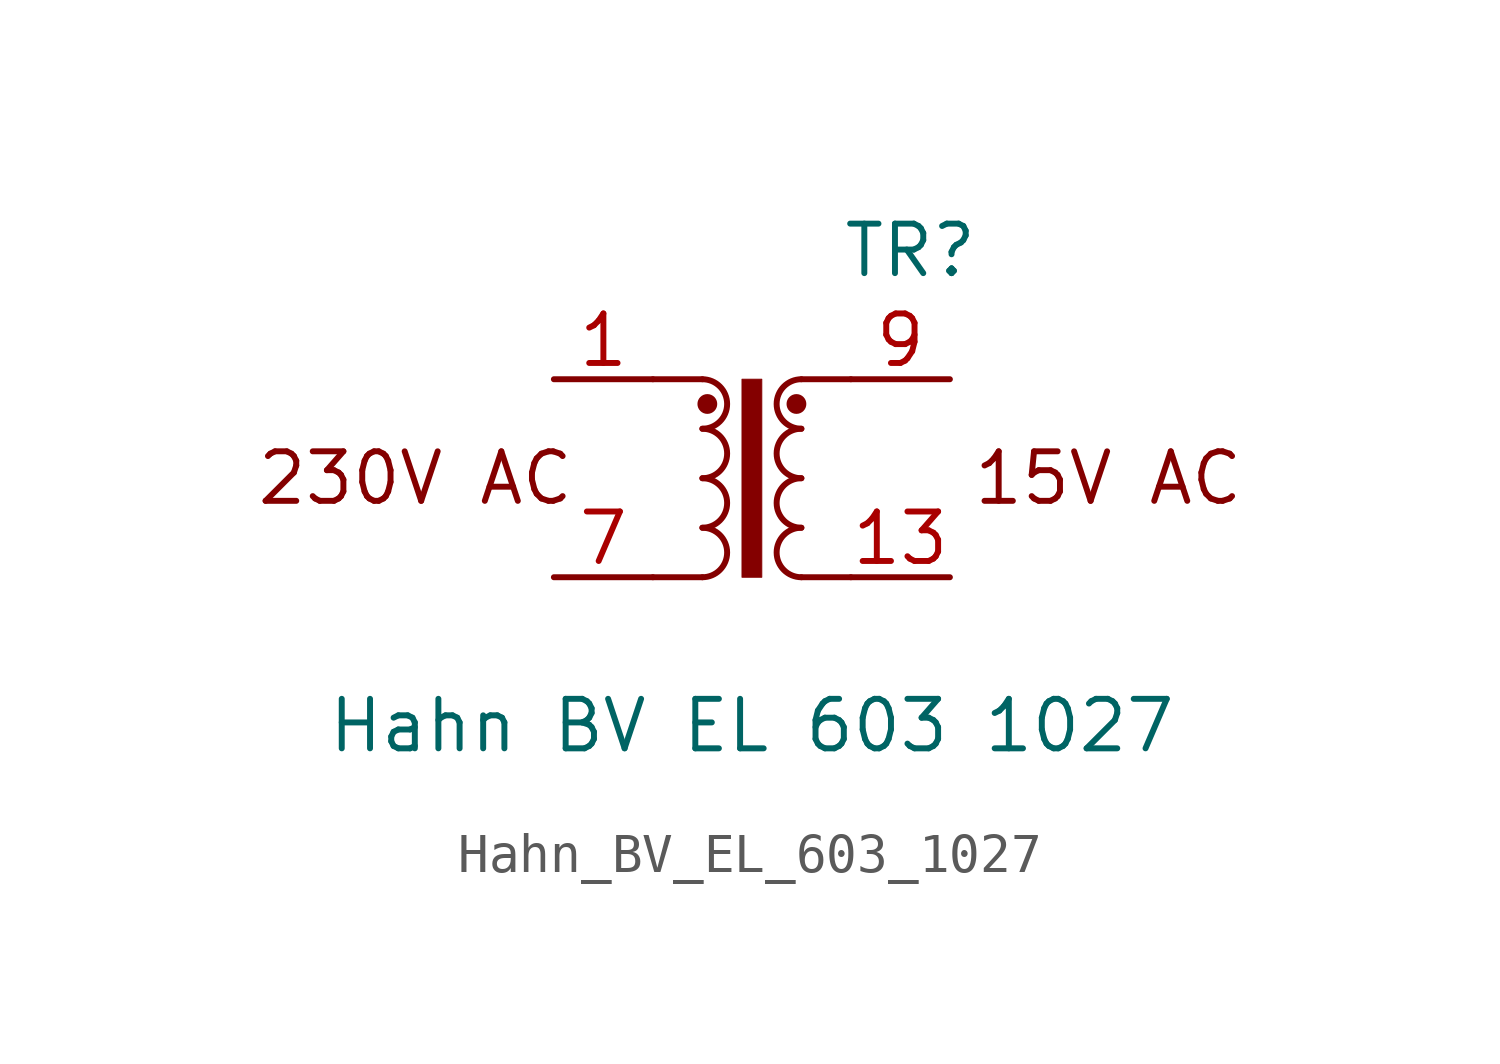
<source format=kicad_sym>
(kicad_symbol_lib
  (version 20231120)
  (generator "kicad_symbol_editor")
  (generator_version "8.0")
  (symbol "Hahn_BV_EL_603_1027"
    (property "Reference" "TR"
      (at 4.064 5.842 0)
      (effects (font (size 1.27 1.27))))
    (property "Value" "Hahn BV EL 603 1027"
      (at 0 -6.35 0)
      (effects (font (size 1.27 1.27))))
    (symbol "Hahn_BV_EL_603_1027_0_1"
      (arc (start -1.27 -2.54) (mid -0.6377 -1.905) (end -1.27 -1.27) (stroke (width 0) (type default)) (fill (type none)))
      (arc (start -1.27 -1.27) (mid -0.6377 -0.635) (end -1.27 0) (stroke (width 0) (type default)) (fill (type none)))
      (rectangle (start -0.254 2.54) (end 0.254 -2.54) (stroke (width 0.025) (type default)) (fill (type outline)))
      (polyline (pts (xy -2.54 -2.54) (xy -1.27 -2.54)) (stroke (width 0) (type default)) (fill (type none)))
      (polyline (pts (xy -2.54 2.54) (xy -1.27 2.54)) (stroke (width 0) (type default)) (fill (type none)))
      (polyline (pts (xy 1.27 -2.54) (xy 2.54 -2.54)) (stroke (width 0) (type default)) (fill (type none)))
      (polyline (pts (xy 1.27 2.54) (xy 2.54 2.54)) (stroke (width 0) (type default)) (fill (type none))))
    (symbol "Hahn_BV_EL_603_1027_1_1"
      (arc (start -1.27 0) (mid -0.6377 0.635) (end -1.27 1.27) (stroke (width 0) (type default)) (fill (type none)))
      (arc (start -1.27 1.27) (mid -0.6377 1.905) (end -1.27 2.54) (stroke (width 0) (type default)) (fill (type none)))
      (circle (center -1.143 1.905) (radius 0.127) (stroke (width 0.254) (type default)) (fill (type none)))
      (circle (center 1.143 1.905) (radius 0.127) (stroke (width 0.254) (type default)) (fill (type none)))
      (arc (start 1.27 -1.27) (mid 0.6377 -1.905) (end 1.27 -2.54) (stroke (width 0) (type default)) (fill (type none)))
      (arc (start 1.27 0) (mid 0.6377 -0.635) (end 1.27 -1.27) (stroke (width 0) (type default)) (fill (type none)))
      (arc (start 1.27 1.27) (mid 0.6377 0.635) (end 1.27 0) (stroke (width 0) (type default)) (fill (type none)))
      (arc (start 1.27 2.54) (mid 0.6377 1.905) (end 1.27 1.27) (stroke (width 0) (type default)) (fill (type none)))
      (text "15V AC" (at 9.144 0 0) (effects (font (size 1.27 1.27))))
      (text "230V AC" (at -8.636 0 0) (effects (font (size 1.27 1.27))))
      (pin passive line (at -5.08 2.54 0) (length 2.54) (name "~" (effects (font (size 1.27 1.27)))) (number "1" (effects (font (size 1.27 1.27)))))
      (pin passive line (at 5.08 -2.54 180) (length 2.54) (name "~" (effects (font (size 1.27 1.27)))) (number "13" (effects (font (size 1.27 1.27)))))
      (pin no_connect line (at 1.27 2.54 270) (length 2.54) hide (name "NC" (effects (font (size 1.27 1.27)))) (number "2" (effects (font (size 1.27 1.27)))))
      (pin no_connect line (at -1.27 -2.54 90) (length 2.54) hide (name "NC" (effects (font (size 1.27 1.27)))) (number "4" (effects (font (size 1.27 1.27)))))
      (pin no_connect line (at 1.27 -2.54 90) (length 2.54) hide (name "NC" (effects (font (size 1.27 1.27)))) (number "5" (effects (font (size 1.27 1.27)))))
      (pin no_connect line (at -1.27 2.54 270) (length 2.54) hide (name "NC" (effects (font (size 1.27 1.27)))) (number "7" (effects (font (size 1.27 1.27)))))
      (pin passive line (at -5.08 -2.54 0) (length 2.54) (name "~" (effects (font (size 1.27 1.27)))) (number "7" (effects (font (size 1.27 1.27)))))
      (pin passive line (at 5.08 2.54 180) (length 2.54) (name "~" (effects (font (size 1.27 1.27)))) (number "9" (effects (font (size 1.27 1.27))))))))
</source>
